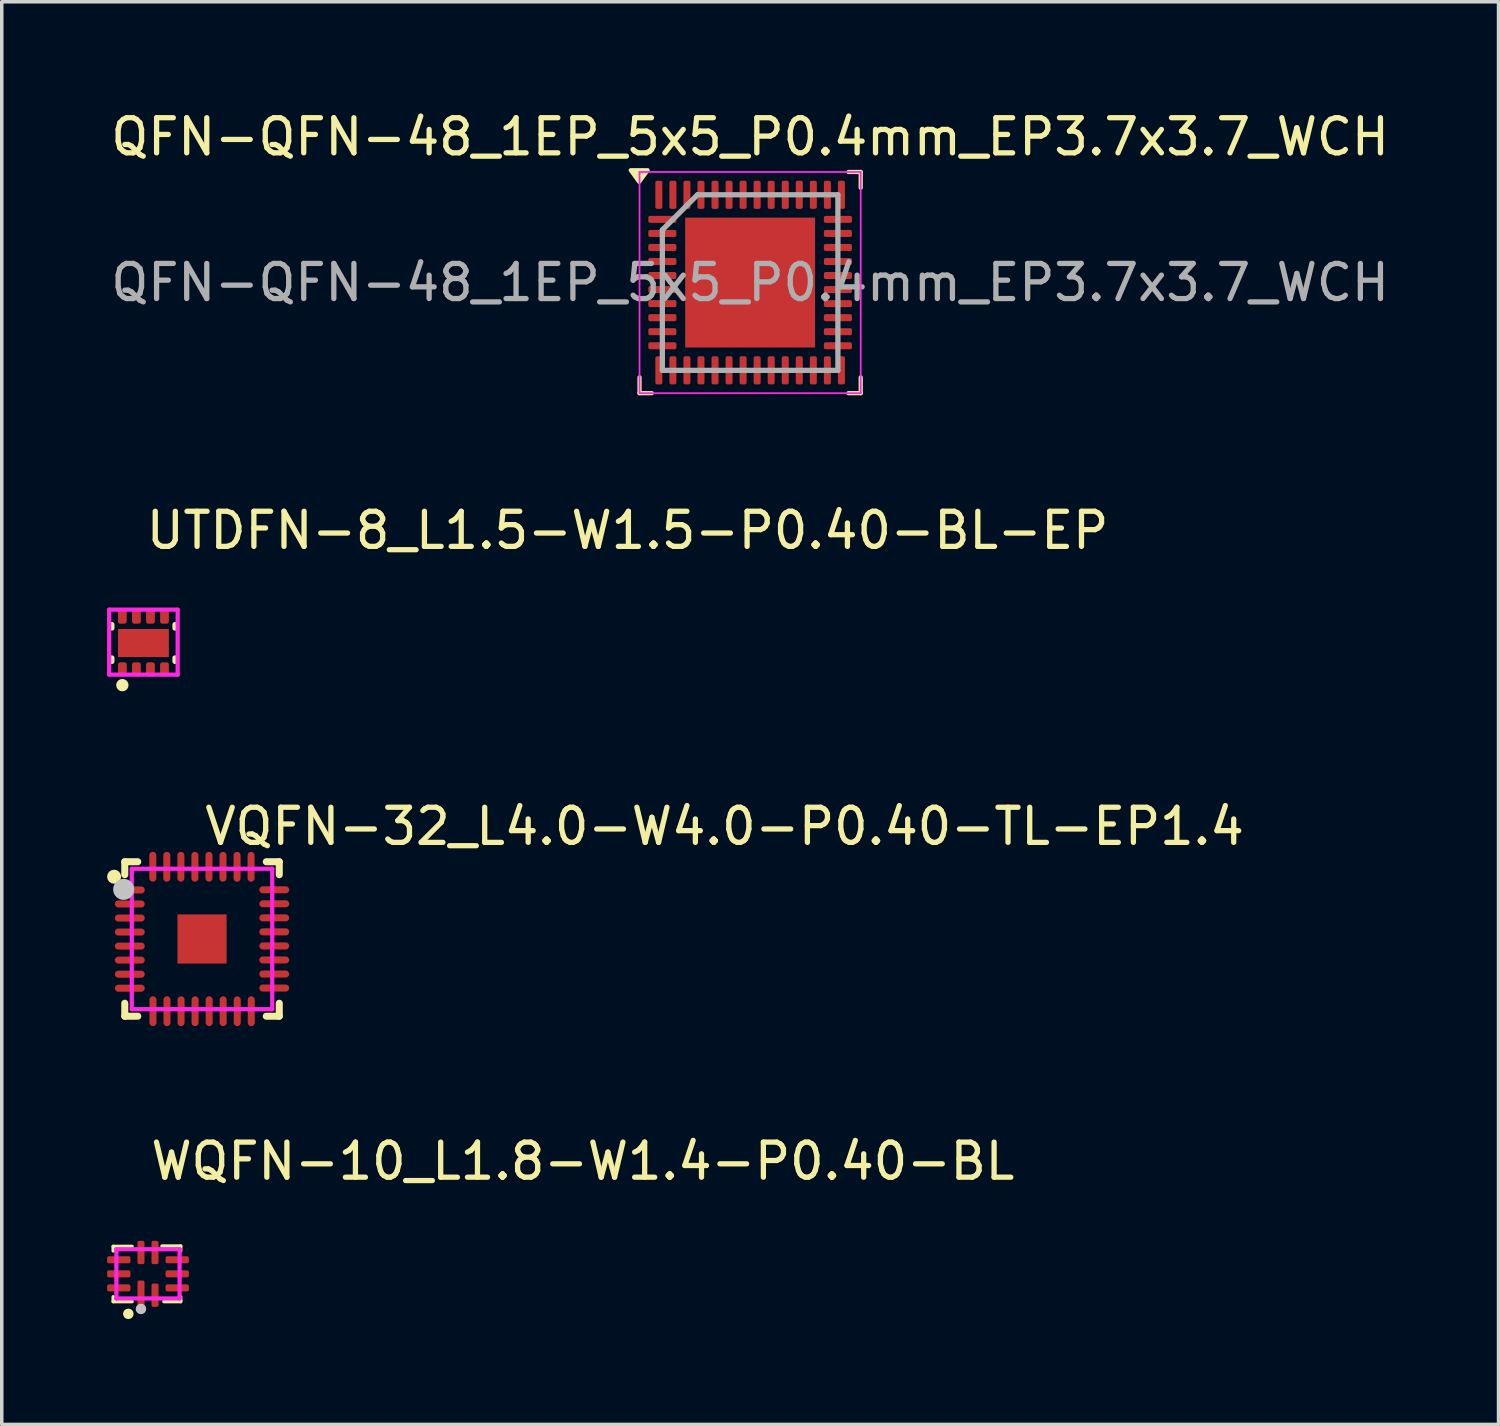
<source format=kicad_pcb>
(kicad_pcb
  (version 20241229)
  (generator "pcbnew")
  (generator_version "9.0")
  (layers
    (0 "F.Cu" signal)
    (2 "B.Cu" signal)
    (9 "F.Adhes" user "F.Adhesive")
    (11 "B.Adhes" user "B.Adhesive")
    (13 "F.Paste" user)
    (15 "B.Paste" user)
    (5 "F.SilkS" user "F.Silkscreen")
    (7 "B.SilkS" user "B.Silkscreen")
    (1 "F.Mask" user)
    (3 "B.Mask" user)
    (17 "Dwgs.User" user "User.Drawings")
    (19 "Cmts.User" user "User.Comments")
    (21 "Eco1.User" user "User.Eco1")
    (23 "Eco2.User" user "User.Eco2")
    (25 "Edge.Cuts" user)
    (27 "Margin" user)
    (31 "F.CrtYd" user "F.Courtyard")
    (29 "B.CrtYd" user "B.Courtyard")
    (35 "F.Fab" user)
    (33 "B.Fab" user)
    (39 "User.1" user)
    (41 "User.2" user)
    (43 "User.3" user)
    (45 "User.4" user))
  (footprint "VQFN-32_L4.0-W4.0-P0.40-TL-EP1.4"
    (layer "F.Cu")
    (at 2.704 23.694)
    (property "Reference" "VQFN-32_L4.0-W4.0-P0.40-TL-EP1.4" (at 0 -3.207 0) (layer "F.SilkS") (effects (font (size 1 1) (thickness 0.15)) (justify left)))
    (attr through_hole)
    (fp_line (start -2.2 -2.2) (end -1.83 -2.2) (stroke (width 0.2) (type solid)) (layer "F.SilkS"))
    (fp_line (start -2.2 -1.83) (end -2.2 -2.2) (stroke (width 0.2) (type solid)) (layer "F.SilkS"))
    (fp_line (start -2.2 2.2) (end -2.2 1.83) (stroke (width 0.2) (type solid)) (layer "F.SilkS"))
    (fp_line (start -1.83 2.2) (end -2.2 2.2) (stroke (width 0.2) (type solid)) (layer "F.SilkS"))
    (fp_line (start 1.83 2.2) (end 2.2 2.2) (stroke (width 0.2) (type solid)) (layer "F.SilkS"))
    (fp_line (start 2.2 -2.2) (end 1.83 -2.2) (stroke (width 0.2) (type solid)) (layer "F.SilkS"))
    (fp_line (start 2.2 -1.83) (end 2.2 -2.2) (stroke (width 0.2) (type solid)) (layer "F.SilkS"))
    (fp_line (start 2.2 2.2) (end 2.2 1.83) (stroke (width 0.2) (type solid)) (layer "F.SilkS"))
    (fp_circle (center -2.504 -1.773) (end -2.404 -1.773) (stroke (width 0.2) (type solid)) (fill no) (layer "F.SilkS"))
    (fp_circle (center -2.232 -1.413) (end -2.082 -1.413) (stroke (width 0.3) (type solid)) (fill no) (layer "Dwgs.User"))
    (fp_circle (center -2 -2) (end -1.97 -2) (stroke (width 0.06) (type solid)) (fill no) (layer "Eco2.User"))
    (fp_line (start -2 -2) (end 2 -2) (stroke (width 0.12) (type solid)) (layer "F.CrtYd"))
    (fp_line (start -2 2) (end -2 -2) (stroke (width 0.12) (type solid)) (layer "F.CrtYd"))
    (fp_line (start 2 -2) (end 2 2) (stroke (width 0.12) (type solid)) (layer "F.CrtYd"))
    (fp_line (start 2 2) (end -2 2) (stroke (width 0.12) (type solid)) (layer "F.CrtYd"))
    (pad "1" smd oval (at -2.057 -1.397) (size 0.85 0.2) (layers "F.Cu" "F.Mask" "F.Paste"))
    (pad "2" smd oval (at -2.057 -0.998) (size 0.85 0.2) (layers "F.Cu" "F.Mask" "F.Paste"))
    (pad "3" smd oval (at -2.057 -0.597) (size 0.85 0.2) (layers "F.Cu" "F.Mask" "F.Paste"))
    (pad "4" smd oval (at -2.057 -0.198) (size 0.85 0.2) (layers "F.Cu" "F.Mask" "F.Paste"))
    (pad "5" smd oval (at -2.057 0.203) (size 0.85 0.2) (layers "F.Cu" "F.Mask" "F.Paste"))
    (pad "6" smd oval (at -2.057 0.602) (size 0.85 0.2) (layers "F.Cu" "F.Mask" "F.Paste"))
    (pad "7" smd oval (at -2.057 1.003) (size 0.85 0.2) (layers "F.Cu" "F.Mask" "F.Paste"))
    (pad "8" smd oval (at -2.057 1.402) (size 0.85 0.2) (layers "F.Cu" "F.Mask" "F.Paste"))
    (pad "9" smd oval (at -1.397 2.057) (size 0.2 0.85) (layers "F.Cu" "F.Mask" "F.Paste"))
    (pad "10" smd oval (at -0.998 2.057) (size 0.2 0.85) (layers "F.Cu" "F.Mask" "F.Paste"))
    (pad "11" smd oval (at -0.597 2.057) (size 0.2 0.85) (layers "F.Cu" "F.Mask" "F.Paste"))
    (pad "12" smd oval (at -0.198 2.057) (size 0.2 0.85) (layers "F.Cu" "F.Mask" "F.Paste"))
    (pad "13" smd oval (at 0.203 2.057) (size 0.2 0.85) (layers "F.Cu" "F.Mask" "F.Paste"))
    (pad "14" smd oval (at 0.602 2.057) (size 0.2 0.85) (layers "F.Cu" "F.Mask" "F.Paste"))
    (pad "15" smd oval (at 1.003 2.057) (size 0.2 0.85) (layers "F.Cu" "F.Mask" "F.Paste"))
    (pad "16" smd oval (at 1.402 2.057) (size 0.2 0.85) (layers "F.Cu" "F.Mask" "F.Paste"))
    (pad "17" smd oval (at 2.057 1.397) (size 0.85 0.2) (layers "F.Cu" "F.Mask" "F.Paste"))
    (pad "18" smd oval (at 2.057 0.998) (size 0.85 0.2) (layers "F.Cu" "F.Mask" "F.Paste"))
    (pad "19" smd oval (at 2.057 0.597) (size 0.85 0.2) (layers "F.Cu" "F.Mask" "F.Paste"))
    (pad "20" smd oval (at 2.057 0.198) (size 0.85 0.2) (layers "F.Cu" "F.Mask" "F.Paste"))
    (pad "21" smd oval (at 2.057 -0.203) (size 0.85 0.2) (layers "F.Cu" "F.Mask" "F.Paste"))
    (pad "22" smd oval (at 2.057 -0.602) (size 0.85 0.2) (layers "F.Cu" "F.Mask" "F.Paste"))
    (pad "23" smd oval (at 2.057 -1.003) (size 0.85 0.2) (layers "F.Cu" "F.Mask" "F.Paste"))
    (pad "24" smd oval (at 2.057 -1.402) (size 0.85 0.2) (layers "F.Cu" "F.Mask" "F.Paste"))
    (pad "25" smd oval (at 1.397 -2.057) (size 0.2 0.85) (layers "F.Cu" "F.Mask" "F.Paste"))
    (pad "26" smd oval (at 0.998 -2.057) (size 0.2 0.85) (layers "F.Cu" "F.Mask" "F.Paste"))
    (pad "27" smd oval (at 0.597 -2.057) (size 0.2 0.85) (layers "F.Cu" "F.Mask" "F.Paste"))
    (pad "28" smd oval (at 0.198 -2.057) (size 0.2 0.85) (layers "F.Cu" "F.Mask" "F.Paste"))
    (pad "29" smd oval (at -0.203 -2.057) (size 0.2 0.85) (layers "F.Cu" "F.Mask" "F.Paste"))
    (pad "30" smd oval (at -0.602 -2.057) (size 0.2 0.85) (layers "F.Cu" "F.Mask" "F.Paste"))
    (pad "31" smd oval (at -1.003 -2.057) (size 0.2 0.85) (layers "F.Cu" "F.Mask" "F.Paste"))
    (pad "32" smd oval (at -1.402 -2.057) (size 0.2 0.85) (layers "F.Cu" "F.Mask" "F.Paste"))
    (pad "33" smd rect (at 0 0) (size 1.4 1.4) (layers "F.Cu" "F.Mask" "F.Paste")))
  (footprint "WQFN-10_L1.8-W1.4-P0.40-BL"
    (layer "F.Cu")
    (at 1.165 33.231)
    (property "Reference" "WQFN-10_L1.8-W1.4-P0.40-BL" (at 0 -3.207 0) (layer "F.SilkS") (effects (font (size 1 1) (thickness 0.15)) (justify left)))
    (attr smd)
    (fp_line (start -0.99 -0.78) (end -0.454 -0.78) (stroke (width 0.1) (type solid)) (layer "F.SilkS"))
    (fp_line (start -0.99 -0.654) (end -0.99 -0.78) (stroke (width 0.1) (type solid)) (layer "F.SilkS"))
    (fp_line (start -0.99 0.79) (end -0.99 0.654) (stroke (width 0.1) (type solid)) (layer "F.SilkS"))
    (fp_line (start -0.454 0.79) (end -0.99 0.79) (stroke (width 0.1) (type solid)) (layer "F.SilkS"))
    (fp_line (start 0.4 -0.79) (end 0.93 -0.79) (stroke (width 0.1) (type solid)) (layer "F.SilkS"))
    (fp_line (start 0.93 -0.79) (end 0.93 -0.654) (stroke (width 0.1) (type solid)) (layer "F.SilkS"))
    (fp_line (start 0.93 0.654) (end 0.93 0.76) (stroke (width 0.1) (type solid)) (layer "F.SilkS"))
    (fp_line (start 0.93 0.76) (end 0.93 0.79) (stroke (width 0.1) (type solid)) (layer "F.SilkS"))
    (fp_line (start 0.93 0.79) (end 0.454 0.79) (stroke (width 0.1) (type solid)) (layer "F.SilkS"))
    (fp_circle (center -0.56 1.14) (end -0.485 1.14) (stroke (width 0.15) (type solid)) (fill no) (layer "F.SilkS"))
    (fp_circle (center -0.2 1) (end -0.125 1) (stroke (width 0.15) (type solid)) (fill no) (layer "Dwgs.User"))
    (fp_circle (center -0.9 0.7) (end -0.87 0.7) (stroke (width 0.06) (type solid)) (fill no) (layer "Eco2.User"))
    (fp_line (start -0.9 -0.7) (end 0.9 -0.7) (stroke (width 0.12) (type solid)) (layer "F.CrtYd"))
    (fp_line (start -0.9 0.7) (end -0.9 -0.7) (stroke (width 0.12) (type solid)) (layer "F.CrtYd"))
    (fp_line (start 0.9 -0.7) (end 0.9 0.7) (stroke (width 0.12) (type solid)) (layer "F.CrtYd"))
    (fp_line (start 0.9 0.7) (end -0.9 0.7) (stroke (width 0.12) (type solid)) (layer "F.CrtYd"))
    (pad "1" smd roundrect (at -0.2 0.565) (size 0.2 0.75) (layers "F.Cu" "F.Mask" "F.Paste") (roundrect_rratio 0.25))
    (pad "2" smd roundrect (at 0.2 0.608) (size 0.2 0.665) (layers "F.Cu" "F.Mask" "F.Paste") (roundrect_rratio 0.25))
    (pad "3" smd roundrect (at 0.832 0.4) (size 0.665 0.2) (layers "F.Cu" "F.Mask" "F.Paste") (roundrect_rratio 0.25))
    (pad "4" smd roundrect (at 0.832 0) (size 0.665 0.2) (layers "F.Cu" "F.Mask" "F.Paste") (roundrect_rratio 0.25))
    (pad "5" smd roundrect (at 0.832 -0.4) (size 0.665 0.2) (layers "F.Cu" "F.Mask" "F.Paste") (roundrect_rratio 0.25))
    (pad "6" smd roundrect (at 0.2 -0.608) (size 0.2 0.665) (layers "F.Cu" "F.Mask" "F.Paste") (roundrect_rratio 0.25))
    (pad "7" smd roundrect (at -0.2 -0.608) (size 0.2 0.665) (layers "F.Cu" "F.Mask" "F.Paste") (roundrect_rratio 0.25))
    (pad "8" smd roundrect (at -0.832 -0.4) (size 0.665 0.2) (layers "F.Cu" "F.Mask" "F.Paste") (roundrect_rratio 0.25))
    (pad "9" smd roundrect (at -0.832 0) (size 0.665 0.2) (layers "F.Cu" "F.Mask" "F.Paste") (roundrect_rratio 0.25))
    (pad "10" smd roundrect (at -0.832 0.4) (size 0.665 0.2) (layers "F.Cu" "F.Mask" "F.Paste") (roundrect_rratio 0.25)))
  (footprint "UTDFN-8_L1.5-W1.5-P0.40-BL-EP"
    (layer "F.Cu")
    (at 1.035 15.264)
    (property "Reference" "UTDFN-8_L1.5-W1.5-P0.40-BL-EP" (at 0 -3.207 0) (layer "F.SilkS") (effects (font (size 1 1) (thickness 0.15)) (justify left)))
    (attr smd)
    (fp_line (start -0.9 -0.524) (end -0.9 -0.426) (stroke (width 0.15) (type solid)) (layer "F.SilkS"))
    (fp_line (start -0.9 0.426) (end -0.9 0.524) (stroke (width 0.15) (type solid)) (layer "F.SilkS"))
    (fp_line (start 0.9 -0.524) (end 0.9 -0.426) (stroke (width 0.15) (type solid)) (layer "F.SilkS"))
    (fp_line (start 0.9 0.426) (end 0.9 0.524) (stroke (width 0.15) (type solid)) (layer "F.SilkS"))
    (fp_circle (center -0.6 1.2) (end -0.5 1.2) (stroke (width 0.15) (type solid)) (fill yes) (layer "F.SilkS"))
    (fp_line (start -0.975 -0.95) (end 0.975 -0.95) (stroke (width 0.12) (type solid)) (layer "F.CrtYd"))
    (fp_line (start -0.975 0.9) (end -0.975 -0.95) (stroke (width 0.12) (type solid)) (layer "F.CrtYd"))
    (fp_line (start 0.975 -0.95) (end 0.975 0.9) (stroke (width 0.12) (type solid)) (layer "F.CrtYd"))
    (fp_line (start 0.975 0.9) (end -0.975 0.9) (stroke (width 0.12) (type solid)) (layer "F.CrtYd"))
    (pad "1" smd roundrect (at -0.6 0.75) (size 0.25 0.4) (layers "F.Cu" "F.Mask" "F.Paste") (roundrect_rratio 0.25))
    (pad "2" smd roundrect (at -0.2 0.75) (size 0.25 0.4) (layers "F.Cu" "F.Mask" "F.Paste") (roundrect_rratio 0.25))
    (pad "3" smd roundrect (at 0.2 0.75) (size 0.25 0.4) (layers "F.Cu" "F.Mask" "F.Paste") (roundrect_rratio 0.25))
    (pad "4" smd roundrect (at 0.6 0.75) (size 0.25 0.4) (layers "F.Cu" "F.Mask" "F.Paste") (roundrect_rratio 0.25))
    (pad "5" smd roundrect (at 0.6 -0.75) (size 0.25 0.4) (layers "F.Cu" "F.Mask" "F.Paste") (roundrect_rratio 0.25))
    (pad "6" smd roundrect (at 0.2 -0.75) (size 0.25 0.4) (layers "F.Cu" "F.Mask" "F.Paste") (roundrect_rratio 0.25))
    (pad "7" smd roundrect (at -0.2 -0.75) (size 0.25 0.4) (layers "F.Cu" "F.Mask" "F.Paste") (roundrect_rratio 0.25))
    (pad "8" smd roundrect (at -0.6 -0.75) (size 0.25 0.4) (layers "F.Cu" "F.Mask" "F.Paste") (roundrect_rratio 0.25))
    (pad "9" smd rect (at 0 0 90) (size 0.8 1.45) (layers "F.Cu" "F.Mask" "F.Paste")))
  (footprint "QFN-QFN-48_1EP_5x5_P0.4mm_EP3.7x3.7_WCH"
    (layer "F.Cu")
    (at 18.315 4.998)
    (property "Reference" "QFN-QFN-48_1EP_5x5_P0.4mm_EP3.7x3.7_WCH" (at 0 -4.15 0) (layer "F.SilkS") (effects (font (size 1 1) (thickness 0.15))))
    (attr smd)
    (fp_line (start -3.15 3.15) (end -3.15 2.7) (stroke (width 0.12) (type default)) (layer "F.SilkS"))
    (fp_line (start -3.15 3.15) (end -2.8 3.15) (stroke (width 0.12) (type default)) (layer "F.SilkS"))
    (fp_line (start 3.15 -3.15) (end 2.8 -3.15) (stroke (width 0.12) (type default)) (layer "F.SilkS"))
    (fp_line (start 3.15 -3.15) (end 3.15 -2.7) (stroke (width 0.12) (type default)) (layer "F.SilkS"))
    (fp_line (start 3.15 3.15) (end 2.8 3.15) (stroke (width 0.12) (type default)) (layer "F.SilkS"))
    (fp_line (start 3.15 3.15) (end 3.15 2.7) (stroke (width 0.12) (type default)) (layer "F.SilkS"))
    (fp_poly (pts (xy -3.16 -2.87) (xy -3.4 -3.2) (xy -2.92 -3.2)) (stroke (width 0.12) (type solid)) (fill yes) (layer "F.SilkS"))
    (fp_line (start -3.15 -3.15) (end 3.15 -3.15) (stroke (width 0.05) (type default)) (layer "F.CrtYd"))
    (fp_line (start -3.15 3.15) (end -3.15 -3.15) (stroke (width 0.05) (type default)) (layer "F.CrtYd"))
    (fp_line (start 3.15 -3.15) (end 3.15 3.15) (stroke (width 0.05) (type default)) (layer "F.CrtYd"))
    (fp_line (start 3.15 3.15) (end -3.15 3.15) (stroke (width 0.05) (type default)) (layer "F.CrtYd"))
    (fp_line (start -2.5 -1.5) (end -2.5 2.5) (stroke (width 0.15) (type default)) (layer "F.Fab"))
    (fp_line (start -2.5 2.5) (end 2.5 2.5) (stroke (width 0.15) (type default)) (layer "F.Fab"))
    (fp_line (start -1.5 -2.5) (end -2.5 -1.5) (stroke (width 0.15) (type default)) (layer "F.Fab"))
    (fp_line (start 2.5 -2.5) (end -1.5 -2.5) (stroke (width 0.15) (type default)) (layer "F.Fab"))
    (fp_line (start 2.5 2.5) (end 2.5 -2.5) (stroke (width 0.15) (type default)) (layer "F.Fab"))
    (fp_text user "${REFERENCE}" (at 0 0 0) (layer "F.Fab") (effects (font (size 1 1) (thickness 0.15))))
    (pad "" smd rect (at -1.387 -1.387) (size 0.175 0.175) (layers "F.Paste"))
    (pad "" smd rect (at -1.387 -0.463) (size 0.175 0.175) (layers "F.Paste"))
    (pad "" smd rect (at -1.387 0.463) (size 0.175 0.175) (layers "F.Paste"))
    (pad "" smd rect (at -1.387 1.387) (size 0.175 0.175) (layers "F.Paste"))
    (pad "" smd rect (at -0.463 -1.387) (size 0.175 0.175) (layers "F.Paste"))
    (pad "" smd rect (at -0.463 -0.463) (size 0.175 0.175) (layers "F.Paste"))
    (pad "" smd rect (at -0.463 0.463) (size 0.175 0.175) (layers "F.Paste"))
    (pad "" smd rect (at -0.463 1.387) (size 0.175 0.175) (layers "F.Paste"))
    (pad "" smd rect (at 0.463 -1.387) (size 0.175 0.175) (layers "F.Paste"))
    (pad "" smd rect (at 0.463 -0.463) (size 0.175 0.175) (layers "F.Paste"))
    (pad "" smd rect (at 0.463 0.463) (size 0.175 0.175) (layers "F.Paste"))
    (pad "" smd rect (at 0.463 1.387) (size 0.175 0.175) (layers "F.Paste"))
    (pad "" smd rect (at 1.387 -1.387) (size 0.175 0.175) (layers "F.Paste"))
    (pad "" smd rect (at 1.387 -0.463) (size 0.175 0.175) (layers "F.Paste"))
    (pad "" smd rect (at 1.387 0.463) (size 0.175 0.175) (layers "F.Paste"))
    (pad "" smd rect (at 1.387 1.387) (size 0.175 0.175) (layers "F.Paste"))
    (pad "1" smd roundrect (at -2.5 -1.8 90) (size 0.2 0.8) (layers "F.Cu" "F.Mask" "F.Paste") (roundrect_rratio 0.25))
    (pad "2" smd roundrect (at -2.5 -1.4 90) (size 0.2 0.8) (layers "F.Cu" "F.Mask" "F.Paste") (roundrect_rratio 0.25))
    (pad "3" smd roundrect (at -2.5 -1 90) (size 0.2 0.8) (layers "F.Cu" "F.Mask" "F.Paste") (roundrect_rratio 0.25))
    (pad "4" smd roundrect (at -2.5 -0.6 90) (size 0.2 0.8) (layers "F.Cu" "F.Mask" "F.Paste") (roundrect_rratio 0.25))
    (pad "5" smd roundrect (at -2.5 -0.2 90) (size 0.2 0.8) (layers "F.Cu" "F.Mask" "F.Paste") (roundrect_rratio 0.25))
    (pad "6" smd roundrect (at -2.5 0.2 90) (size 0.2 0.8) (layers "F.Cu" "F.Mask" "F.Paste") (roundrect_rratio 0.25))
    (pad "7" smd roundrect (at -2.5 0.6 90) (size 0.2 0.8) (layers "F.Cu" "F.Mask" "F.Paste") (roundrect_rratio 0.25))
    (pad "8" smd roundrect (at -2.5 1 90) (size 0.2 0.8) (layers "F.Cu" "F.Mask" "F.Paste") (roundrect_rratio 0.25))
    (pad "9" smd roundrect (at -2.5 1.4 90) (size 0.2 0.8) (layers "F.Cu" "F.Mask" "F.Paste") (roundrect_rratio 0.25))
    (pad "10" smd roundrect (at -2.5 1.8 90) (size 0.2 0.8) (layers "F.Cu" "F.Mask" "F.Paste") (roundrect_rratio 0.25))
    (pad "11" smd roundrect (at -2.6 2.5) (size 0.2 0.8) (layers "F.Cu" "F.Mask" "F.Paste") (roundrect_rratio 0.25))
    (pad "12" smd roundrect (at -2.2 2.5) (size 0.2 0.8) (layers "F.Cu" "F.Mask" "F.Paste") (roundrect_rratio 0.25))
    (pad "13" smd roundrect (at -1.8 2.5) (size 0.2 0.8) (layers "F.Cu" "F.Mask" "F.Paste") (roundrect_rratio 0.25))
    (pad "14" smd roundrect (at -1.4 2.5) (size 0.2 0.8) (layers "F.Cu" "F.Mask" "F.Paste") (roundrect_rratio 0.25))
    (pad "15" smd roundrect (at -1 2.5) (size 0.2 0.8) (layers "F.Cu" "F.Mask" "F.Paste") (roundrect_rratio 0.25))
    (pad "16" smd roundrect (at -0.6 2.5) (size 0.2 0.8) (layers "F.Cu" "F.Mask" "F.Paste") (roundrect_rratio 0.25))
    (pad "17" smd roundrect (at -0.2 2.5) (size 0.2 0.8) (layers "F.Cu" "F.Mask" "F.Paste") (roundrect_rratio 0.25))
    (pad "18" smd roundrect (at 0.2 2.5) (size 0.2 0.8) (layers "F.Cu" "F.Mask" "F.Paste") (roundrect_rratio 0.25))
    (pad "19" smd roundrect (at 0.6 2.5) (size 0.2 0.8) (layers "F.Cu" "F.Mask" "F.Paste") (roundrect_rratio 0.25))
    (pad "20" smd roundrect (at 1 2.5) (size 0.2 0.8) (layers "F.Cu" "F.Mask" "F.Paste") (roundrect_rratio 0.25))
    (pad "21" smd roundrect (at 1.4 2.5) (size 0.2 0.8) (layers "F.Cu" "F.Mask" "F.Paste") (roundrect_rratio 0.25))
    (pad "22" smd roundrect (at 1.8 2.5) (size 0.2 0.8) (layers "F.Cu" "F.Mask" "F.Paste") (roundrect_rratio 0.25))
    (pad "23" smd roundrect (at 2.2 2.5) (size 0.2 0.8) (layers "F.Cu" "F.Mask" "F.Paste") (roundrect_rratio 0.25))
    (pad "24" smd roundrect (at 2.6 2.5) (size 0.2 0.8) (layers "F.Cu" "F.Mask" "F.Paste") (roundrect_rratio 0.25))
    (pad "25" smd roundrect (at 2.5 1.8 90) (size 0.2 0.8) (layers "F.Cu" "F.Mask" "F.Paste") (roundrect_rratio 0.25))
    (pad "26" smd roundrect (at 2.5 1.4 90) (size 0.2 0.8) (layers "F.Cu" "F.Mask" "F.Paste") (roundrect_rratio 0.25))
    (pad "27" smd roundrect (at 2.5 1 90) (size 0.2 0.8) (layers "F.Cu" "F.Mask" "F.Paste") (roundrect_rratio 0.25))
    (pad "28" smd roundrect (at 2.5 0.6 90) (size 0.2 0.8) (layers "F.Cu" "F.Mask" "F.Paste") (roundrect_rratio 0.25))
    (pad "29" smd roundrect (at 2.5 0.2 90) (size 0.2 0.8) (layers "F.Cu" "F.Mask" "F.Paste") (roundrect_rratio 0.25))
    (pad "30" smd roundrect (at 2.5 -0.2 90) (size 0.2 0.8) (layers "F.Cu" "F.Mask" "F.Paste") (roundrect_rratio 0.25))
    (pad "31" smd roundrect (at 2.5 -0.6 90) (size 0.2 0.8) (layers "F.Cu" "F.Mask" "F.Paste") (roundrect_rratio 0.25))
    (pad "32" smd roundrect (at 2.5 -1 90) (size 0.2 0.8) (layers "F.Cu" "F.Mask" "F.Paste") (roundrect_rratio 0.25))
    (pad "33" smd roundrect (at 2.5 -1.4 90) (size 0.2 0.8) (layers "F.Cu" "F.Mask" "F.Paste") (roundrect_rratio 0.25))
    (pad "34" smd roundrect (at 2.5 -1.8 90) (size 0.2 0.8) (layers "F.Cu" "F.Mask" "F.Paste") (roundrect_rratio 0.25))
    (pad "35" smd roundrect (at 2.6 -2.5) (size 0.2 0.8) (layers "F.Cu" "F.Mask" "F.Paste") (roundrect_rratio 0.25))
    (pad "36" smd roundrect (at 2.2 -2.5) (size 0.2 0.8) (layers "F.Cu" "F.Mask" "F.Paste") (roundrect_rratio 0.25))
    (pad "37" smd roundrect (at 1.8 -2.5) (size 0.2 0.8) (layers "F.Cu" "F.Mask" "F.Paste") (roundrect_rratio 0.25))
    (pad "38" smd roundrect (at 1.4 -2.5) (size 0.2 0.8) (layers "F.Cu" "F.Mask" "F.Paste") (roundrect_rratio 0.25))
    (pad "39" smd roundrect (at 1 -2.5) (size 0.2 0.8) (layers "F.Cu" "F.Mask" "F.Paste") (roundrect_rratio 0.25))
    (pad "40" smd roundrect (at 0.6 -2.5) (size 0.2 0.8) (layers "F.Cu" "F.Mask" "F.Paste") (roundrect_rratio 0.25))
    (pad "41" smd roundrect (at 0.2 -2.5) (size 0.2 0.8) (layers "F.Cu" "F.Mask" "F.Paste") (roundrect_rratio 0.25))
    (pad "42" smd roundrect (at -0.2 -2.5) (size 0.2 0.8) (layers "F.Cu" "F.Mask" "F.Paste") (roundrect_rratio 0.25))
    (pad "43" smd roundrect (at -0.6 -2.5) (size 0.2 0.8) (layers "F.Cu" "F.Mask" "F.Paste") (roundrect_rratio 0.25))
    (pad "44" smd roundrect (at -1 -2.5) (size 0.2 0.8) (layers "F.Cu" "F.Mask" "F.Paste") (roundrect_rratio 0.25))
    (pad "45" smd roundrect (at -1.4 -2.5) (size 0.2 0.8) (layers "F.Cu" "F.Mask" "F.Paste") (roundrect_rratio 0.25))
    (pad "46" smd roundrect (at -1.8 -2.5) (size 0.2 0.8) (layers "F.Cu" "F.Mask" "F.Paste") (roundrect_rratio 0.25))
    (pad "47" smd roundrect (at -2.2 -2.5) (size 0.2 0.8) (layers "F.Cu" "F.Mask" "F.Paste") (roundrect_rratio 0.25))
    (pad "48" smd roundrect (at -2.6 -2.5) (size 0.2 0.8) (layers "F.Cu" "F.Mask" "F.Paste") (roundrect_rratio 0.25))
    (pad "49" smd rect (at 0 0) (size 3.7 3.7) (layers "F.Cu" "F.Mask")))
  (gr_rect
    (start -3 -3)
    (end 39.631 37.521)
    (stroke (width 0.1) (type default))
    (fill no)
    (layer "Edge.Cuts")))
</source>
